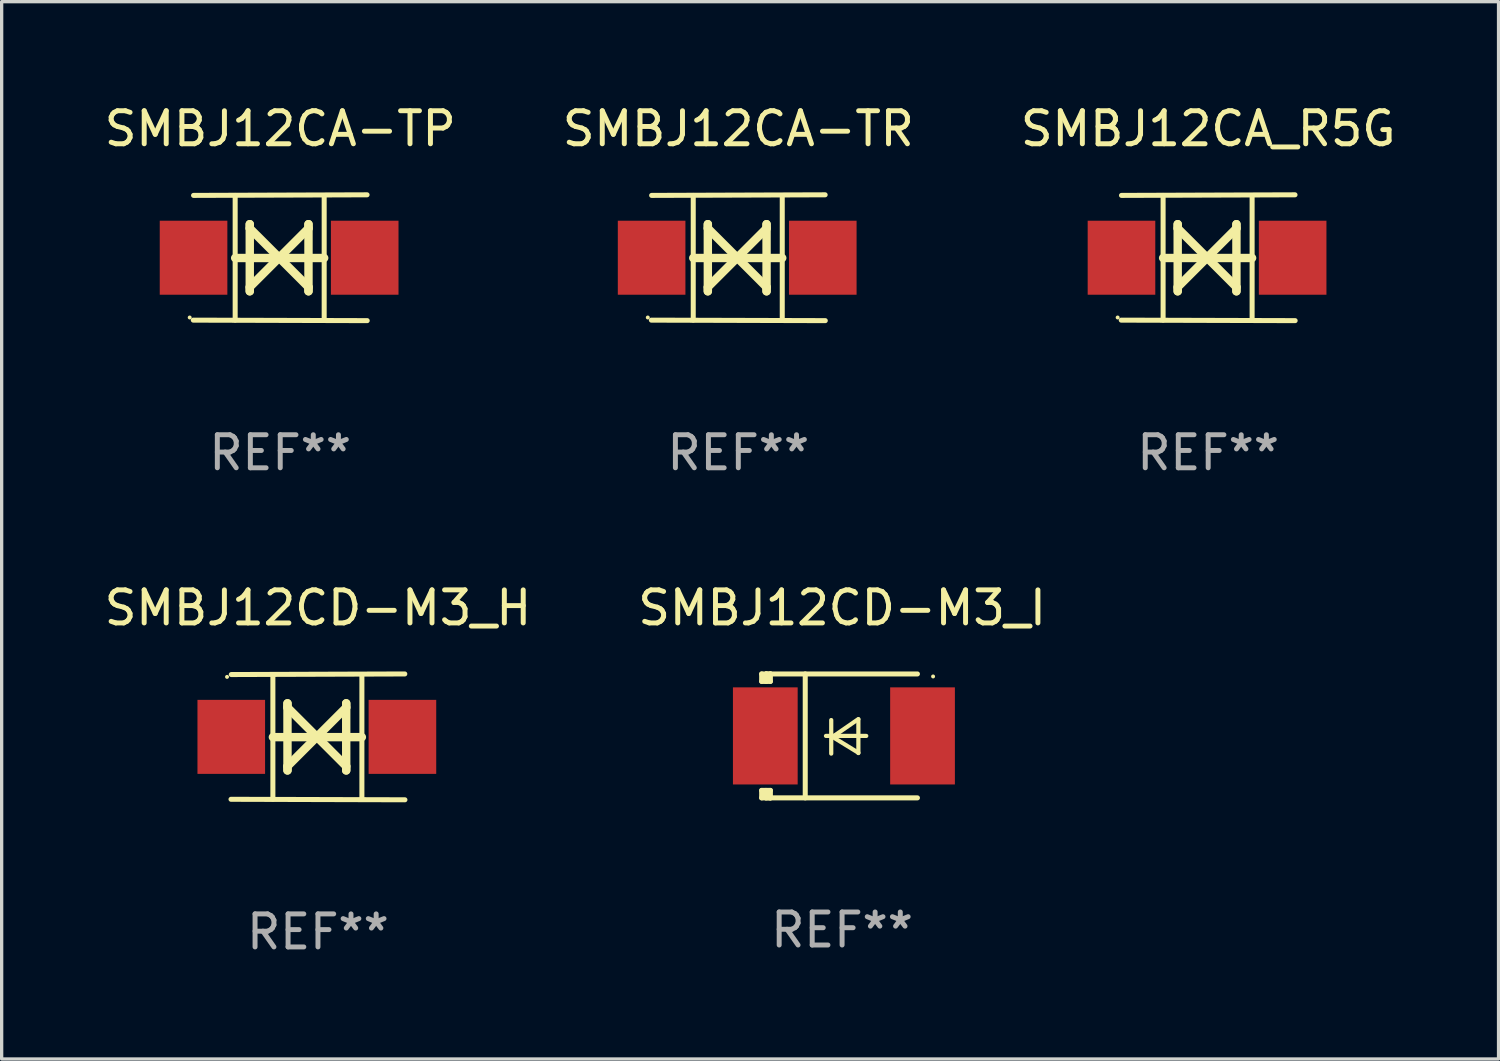
<source format=kicad_pcb>
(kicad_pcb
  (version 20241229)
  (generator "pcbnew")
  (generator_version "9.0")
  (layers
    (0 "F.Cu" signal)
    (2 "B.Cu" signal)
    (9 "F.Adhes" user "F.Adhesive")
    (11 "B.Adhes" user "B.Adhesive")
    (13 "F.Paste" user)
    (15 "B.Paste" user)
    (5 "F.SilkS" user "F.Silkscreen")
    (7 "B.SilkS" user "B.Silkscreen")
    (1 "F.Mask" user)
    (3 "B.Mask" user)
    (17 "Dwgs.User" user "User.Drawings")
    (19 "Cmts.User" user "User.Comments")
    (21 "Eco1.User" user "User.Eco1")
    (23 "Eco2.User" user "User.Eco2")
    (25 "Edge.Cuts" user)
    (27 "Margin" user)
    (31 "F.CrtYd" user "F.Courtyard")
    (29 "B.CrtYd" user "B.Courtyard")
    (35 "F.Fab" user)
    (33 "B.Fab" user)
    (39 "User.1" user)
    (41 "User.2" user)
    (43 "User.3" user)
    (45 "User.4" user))
  (footprint "SMBJ12CA_R5G"
    (layer "F.Cu")
    (at 33.53 4.753)
    (property "Reference" "SMBJ12CA_R5G" (at 0 -3.905 0) (layer "F.SilkS") (effects (font (size 1 1) (thickness 0.15))))
    (attr through_hole)
    (fp_line (start -1.365 1.886) (end -1.365 -1.886) (stroke (width 0.152) (type solid)) (layer "F.SilkS"))
    (fp_line (start -1.365 0.008) (end 1.33 0.008) (stroke (width 0.254) (type solid)) (layer "F.SilkS"))
    (fp_line (start -0.923 -1.016) (end -0.923 1.016) (stroke (width 0.254) (type solid)) (layer "F.SilkS"))
    (fp_line (start -0.923 -0.889) (end -0.923 -1.016) (stroke (width 0.254) (type solid)) (layer "F.SilkS"))
    (fp_line (start -0.923 0.889) (end -0.034 0) (stroke (width 0.254) (type solid)) (layer "F.SilkS"))
    (fp_line (start -0.923 1.016) (end -0.923 0.889) (stroke (width 0.254) (type solid)) (layer "F.SilkS"))
    (fp_line (start -0.034 0) (end -0.923 -0.889) (stroke (width 0.254) (type solid)) (layer "F.SilkS"))
    (fp_line (start -0.034 0) (end 0.855 0.889) (stroke (width 0.254) (type solid)) (layer "F.SilkS"))
    (fp_line (start 0.855 -1.016) (end 0.855 -0.889) (stroke (width 0.254) (type solid)) (layer "F.SilkS"))
    (fp_line (start 0.855 -0.889) (end -0.034 0) (stroke (width 0.254) (type solid)) (layer "F.SilkS"))
    (fp_line (start 0.855 0.889) (end 0.855 1.016) (stroke (width 0.254) (type solid)) (layer "F.SilkS"))
    (fp_line (start 0.855 1.016) (end 0.855 -1.016) (stroke (width 0.254) (type solid)) (layer "F.SilkS"))
    (fp_line (start 1.33 1.886) (end 1.33 -1.886) (stroke (width 0.152) (type solid)) (layer "F.SilkS"))
    (fp_line (start 2.629 -1.905) (end -2.625 -1.887) (stroke (width 0.152) (type solid)) (layer "F.SilkS"))
    (fp_line (start 2.633 1.905) (end -2.633 1.89) (stroke (width 0.152) (type solid)) (layer "F.SilkS"))
    (fp_circle (center -2.741 1.81) (end -2.711 1.81) (stroke (width 0.06) (type solid)) (fill no) (layer "F.SilkS"))
    (fp_text user "REF**" (at 0 5.905 0) (layer "F.Fab") (effects (font (size 1 1) (thickness 0.15))))
    (pad "1" smd rect (at -2.625 0) (size 2.047 2.241) (layers "F.Cu" "F.Mask" "F.Paste"))
    (pad "2" smd rect (at 2.557 0) (size 2.047 2.241) (layers "F.Cu" "F.Mask" "F.Paste")))
  (footprint "SMBJ12CD-M3_H"
    (layer "F.Cu")
    (at 6.577 19.26)
    (property "Reference" "SMBJ12CD-M3_H" (at 0 -3.905 0) (layer "F.SilkS") (effects (font (size 1 1) (thickness 0.15))))
    (attr through_hole)
    (fp_line (start -1.365 1.886) (end -1.365 -1.886) (stroke (width 0.152) (type solid)) (layer "F.SilkS"))
    (fp_line (start -1.365 0.008) (end 1.33 0.008) (stroke (width 0.254) (type solid)) (layer "F.SilkS"))
    (fp_line (start -0.923 -1.016) (end -0.923 1.016) (stroke (width 0.254) (type solid)) (layer "F.SilkS"))
    (fp_line (start -0.923 -0.889) (end -0.923 -1.016) (stroke (width 0.254) (type solid)) (layer "F.SilkS"))
    (fp_line (start -0.923 0.889) (end -0.034 0) (stroke (width 0.254) (type solid)) (layer "F.SilkS"))
    (fp_line (start -0.923 1.016) (end -0.923 0.889) (stroke (width 0.254) (type solid)) (layer "F.SilkS"))
    (fp_line (start -0.034 0) (end -0.923 -0.889) (stroke (width 0.254) (type solid)) (layer "F.SilkS"))
    (fp_line (start -0.034 0) (end 0.855 0.889) (stroke (width 0.254) (type solid)) (layer "F.SilkS"))
    (fp_line (start 0.855 -1.016) (end 0.855 -0.889) (stroke (width 0.254) (type solid)) (layer "F.SilkS"))
    (fp_line (start 0.855 -0.889) (end -0.034 0) (stroke (width 0.254) (type solid)) (layer "F.SilkS"))
    (fp_line (start 0.855 0.889) (end 0.855 1.016) (stroke (width 0.254) (type solid)) (layer "F.SilkS"))
    (fp_line (start 0.855 1.016) (end 0.855 -1.016) (stroke (width 0.254) (type solid)) (layer "F.SilkS"))
    (fp_line (start 1.33 1.886) (end 1.33 -1.886) (stroke (width 0.152) (type solid)) (layer "F.SilkS"))
    (fp_line (start 2.629 -1.905) (end -2.625 -1.887) (stroke (width 0.152) (type solid)) (layer "F.SilkS"))
    (fp_line (start 2.633 1.905) (end -2.633 1.89) (stroke (width 0.152) (type solid)) (layer "F.SilkS"))
    (fp_circle (center -2.753 -1.816) (end -2.723 -1.816) (stroke (width 0.06) (type solid)) (fill no) (layer "F.SilkS"))
    (fp_text user "REF**" (at 0 5.905 0) (layer "F.Fab") (effects (font (size 1 1) (thickness 0.15))))
    (pad "1" smd rect (at -2.625 0) (size 2.047 2.241) (layers "F.Cu" "F.Mask" "F.Paste"))
    (pad "2" smd rect (at 2.557 0) (size 2.047 2.241) (layers "F.Cu" "F.Mask" "F.Paste")))
  (footprint "SMBJ12CA-TR"
    (layer "F.Cu")
    (at 19.304 4.753)
    (property "Reference" "SMBJ12CA-TR" (at 0 -3.905 0) (layer "F.SilkS") (effects (font (size 1 1) (thickness 0.15))))
    (attr through_hole)
    (fp_line (start -1.365 1.886) (end -1.365 -1.886) (stroke (width 0.152) (type solid)) (layer "F.SilkS"))
    (fp_line (start -1.365 0.008) (end 1.33 0.008) (stroke (width 0.254) (type solid)) (layer "F.SilkS"))
    (fp_line (start -0.923 -1.016) (end -0.923 1.016) (stroke (width 0.254) (type solid)) (layer "F.SilkS"))
    (fp_line (start -0.923 -0.889) (end -0.923 -1.016) (stroke (width 0.254) (type solid)) (layer "F.SilkS"))
    (fp_line (start -0.923 0.889) (end -0.034 0) (stroke (width 0.254) (type solid)) (layer "F.SilkS"))
    (fp_line (start -0.923 1.016) (end -0.923 0.889) (stroke (width 0.254) (type solid)) (layer "F.SilkS"))
    (fp_line (start -0.034 0) (end -0.923 -0.889) (stroke (width 0.254) (type solid)) (layer "F.SilkS"))
    (fp_line (start -0.034 0) (end 0.855 0.889) (stroke (width 0.254) (type solid)) (layer "F.SilkS"))
    (fp_line (start 0.855 -1.016) (end 0.855 -0.889) (stroke (width 0.254) (type solid)) (layer "F.SilkS"))
    (fp_line (start 0.855 -0.889) (end -0.034 0) (stroke (width 0.254) (type solid)) (layer "F.SilkS"))
    (fp_line (start 0.855 0.889) (end 0.855 1.016) (stroke (width 0.254) (type solid)) (layer "F.SilkS"))
    (fp_line (start 0.855 1.016) (end 0.855 -1.016) (stroke (width 0.254) (type solid)) (layer "F.SilkS"))
    (fp_line (start 1.33 1.886) (end 1.33 -1.886) (stroke (width 0.152) (type solid)) (layer "F.SilkS"))
    (fp_line (start 2.629 -1.905) (end -2.625 -1.887) (stroke (width 0.152) (type solid)) (layer "F.SilkS"))
    (fp_line (start 2.633 1.905) (end -2.633 1.89) (stroke (width 0.152) (type solid)) (layer "F.SilkS"))
    (fp_circle (center -2.741 1.81) (end -2.711 1.81) (stroke (width 0.06) (type solid)) (fill no) (layer "F.SilkS"))
    (fp_text user "REF**" (at 0 5.905 0) (layer "F.Fab") (effects (font (size 1 1) (thickness 0.15))))
    (pad "1" smd rect (at -2.625 0) (size 2.047 2.241) (layers "F.Cu" "F.Mask" "F.Paste"))
    (pad "2" smd rect (at 2.557 0) (size 2.047 2.241) (layers "F.Cu" "F.Mask" "F.Paste")))
  (footprint "SMBJ12CD-M3_I"
    (layer "F.Cu")
    (at 22.446 19.231)
    (property "Reference" "SMBJ12CD-M3_I" (at 0 -3.876 0) (layer "F.SilkS") (effects (font (size 1 1) (thickness 0.15))))
    (attr through_hole)
    (fp_line (start -2.435 1.65) (end -2.171 1.65) (stroke (width 0.152) (type solid)) (layer "F.SilkS"))
    (fp_line (start -2.435 1.876) (end -2.435 1.65) (stroke (width 0.152) (type solid)) (layer "F.SilkS"))
    (fp_line (start -2.435 -1.876) (end -2.171 -1.876) (stroke (width 0.152) (type solid)) (layer "F.SilkS"))
    (fp_line (start -2.435 -1.65) (end -2.435 -1.876) (stroke (width 0.152) (type solid)) (layer "F.SilkS"))
    (fp_line (start -2.305 -1.866) (end -2.295 -1.876) (stroke (width 0.152) (type solid)) (layer "F.SilkS"))
    (fp_line (start -2.305 -1.65) (end -2.305 -1.866) (stroke (width 0.152) (type solid)) (layer "F.SilkS"))
    (fp_line (start -2.305 1.876) (end -2.305 1.65) (stroke (width 0.152) (type solid)) (layer "F.SilkS"))
    (fp_line (start -2.295 -1.876) (end -2.295 -1.65) (stroke (width 0.152) (type solid)) (layer "F.SilkS"))
    (fp_line (start -2.171 1.876) (end -2.435 1.876) (stroke (width 0.152) (type solid)) (layer "F.SilkS"))
    (fp_line (start -2.171 -1.65) (end -2.435 -1.65) (stroke (width 0.152) (type solid)) (layer "F.SilkS"))
    (fp_line (start -2.171 -1.876) (end -2.295 -1.876) (stroke (width 0.152) (type solid)) (layer "F.SilkS"))
    (fp_line (start -2.171 -1.65) (end -2.171 -1.876) (stroke (width 0.152) (type solid)) (layer "F.SilkS"))
    (fp_line (start -2.171 1.876) (end -2.305 1.876) (stroke (width 0.152) (type solid)) (layer "F.SilkS"))
    (fp_line (start -2.171 1.876) (end -2.171 1.65) (stroke (width 0.152) (type solid)) (layer "F.SilkS"))
    (fp_line (start -1.116 1.876) (end -1.116 -1.876) (stroke (width 0.152) (type solid)) (layer "F.SilkS"))
    (fp_line (start -0.488 0.000102) (end 0.731 0.000102) (stroke (width 0.127) (type solid)) (layer "F.SilkS"))
    (fp_line (start -0.329 -0.48) (end -0.329 0.536) (stroke (width 0.127) (type solid)) (layer "F.SilkS"))
    (fp_line (start -0.29 0.03) (end 0.493 0.51) (stroke (width 0.127) (type solid)) (layer "F.SilkS"))
    (fp_line (start 0.493 -0.51) (end -0.29 0.03) (stroke (width 0.127) (type solid)) (layer "F.SilkS"))
    (fp_line (start 0.493 0.52) (end 0.493 -0.496) (stroke (width 0.127) (type solid)) (layer "F.SilkS"))
    (fp_line (start 2.281 -1.876) (end -2.171 -1.876) (stroke (width 0.152) (type solid)) (layer "F.SilkS"))
    (fp_line (start 2.281 1.876) (end -2.171 1.876) (stroke (width 0.152) (type solid)) (layer "F.SilkS"))
    (fp_circle (center 2.755 -1.8) (end 2.785 -1.8) (stroke (width 0.06) (type solid)) (fill no) (layer "F.SilkS"))
    (fp_text user "REF**" (at 0 5.876 0) (layer "F.Fab") (effects (font (size 1 1) (thickness 0.15))))
    (pad "1" smd rect (at 2.435 -0.000025 180) (size 1.96 2.94) (layers "F.Cu" "F.Mask" "F.Paste"))
    (pad "2" smd rect (at -2.325 -0.000025 180) (size 1.96 2.94) (layers "F.Cu" "F.Mask" "F.Paste")))
  (footprint "SMBJ12CA-TP"
    (layer "F.Cu")
    (at 5.435 4.753)
    (property "Reference" "SMBJ12CA-TP" (at 0 -3.905 0) (layer "F.SilkS") (effects (font (size 1 1) (thickness 0.15))))
    (attr through_hole)
    (fp_line (start -1.365 1.886) (end -1.365 -1.886) (stroke (width 0.152) (type solid)) (layer "F.SilkS"))
    (fp_line (start -1.365 0.008) (end 1.33 0.008) (stroke (width 0.254) (type solid)) (layer "F.SilkS"))
    (fp_line (start -0.923 -1.016) (end -0.923 1.016) (stroke (width 0.254) (type solid)) (layer "F.SilkS"))
    (fp_line (start -0.923 -0.889) (end -0.923 -1.016) (stroke (width 0.254) (type solid)) (layer "F.SilkS"))
    (fp_line (start -0.923 0.889) (end -0.034 0) (stroke (width 0.254) (type solid)) (layer "F.SilkS"))
    (fp_line (start -0.923 1.016) (end -0.923 0.889) (stroke (width 0.254) (type solid)) (layer "F.SilkS"))
    (fp_line (start -0.034 0) (end -0.923 -0.889) (stroke (width 0.254) (type solid)) (layer "F.SilkS"))
    (fp_line (start -0.034 0) (end 0.855 0.889) (stroke (width 0.254) (type solid)) (layer "F.SilkS"))
    (fp_line (start 0.855 -1.016) (end 0.855 -0.889) (stroke (width 0.254) (type solid)) (layer "F.SilkS"))
    (fp_line (start 0.855 -0.889) (end -0.034 0) (stroke (width 0.254) (type solid)) (layer "F.SilkS"))
    (fp_line (start 0.855 0.889) (end 0.855 1.016) (stroke (width 0.254) (type solid)) (layer "F.SilkS"))
    (fp_line (start 0.855 1.016) (end 0.855 -1.016) (stroke (width 0.254) (type solid)) (layer "F.SilkS"))
    (fp_line (start 1.33 1.886) (end 1.33 -1.886) (stroke (width 0.152) (type solid)) (layer "F.SilkS"))
    (fp_line (start 2.629 -1.905) (end -2.625 -1.887) (stroke (width 0.152) (type solid)) (layer "F.SilkS"))
    (fp_line (start 2.633 1.905) (end -2.633 1.89) (stroke (width 0.152) (type solid)) (layer "F.SilkS"))
    (fp_circle (center -2.741 1.81) (end -2.711 1.81) (stroke (width 0.06) (type solid)) (fill no) (layer "F.SilkS"))
    (fp_text user "REF**" (at 0 5.905 0) (layer "F.Fab") (effects (font (size 1 1) (thickness 0.15))))
    (pad "1" smd rect (at -2.625 0) (size 2.047 2.241) (layers "F.Cu" "F.Mask" "F.Paste"))
    (pad "2" smd rect (at 2.557 0) (size 2.047 2.241) (layers "F.Cu" "F.Mask" "F.Paste")))
  (gr_rect
    (start -3 -3)
    (end 42.321 29.013)
    (stroke (width 0.1) (type default))
    (fill no)
    (layer "Edge.Cuts")))
</source>
